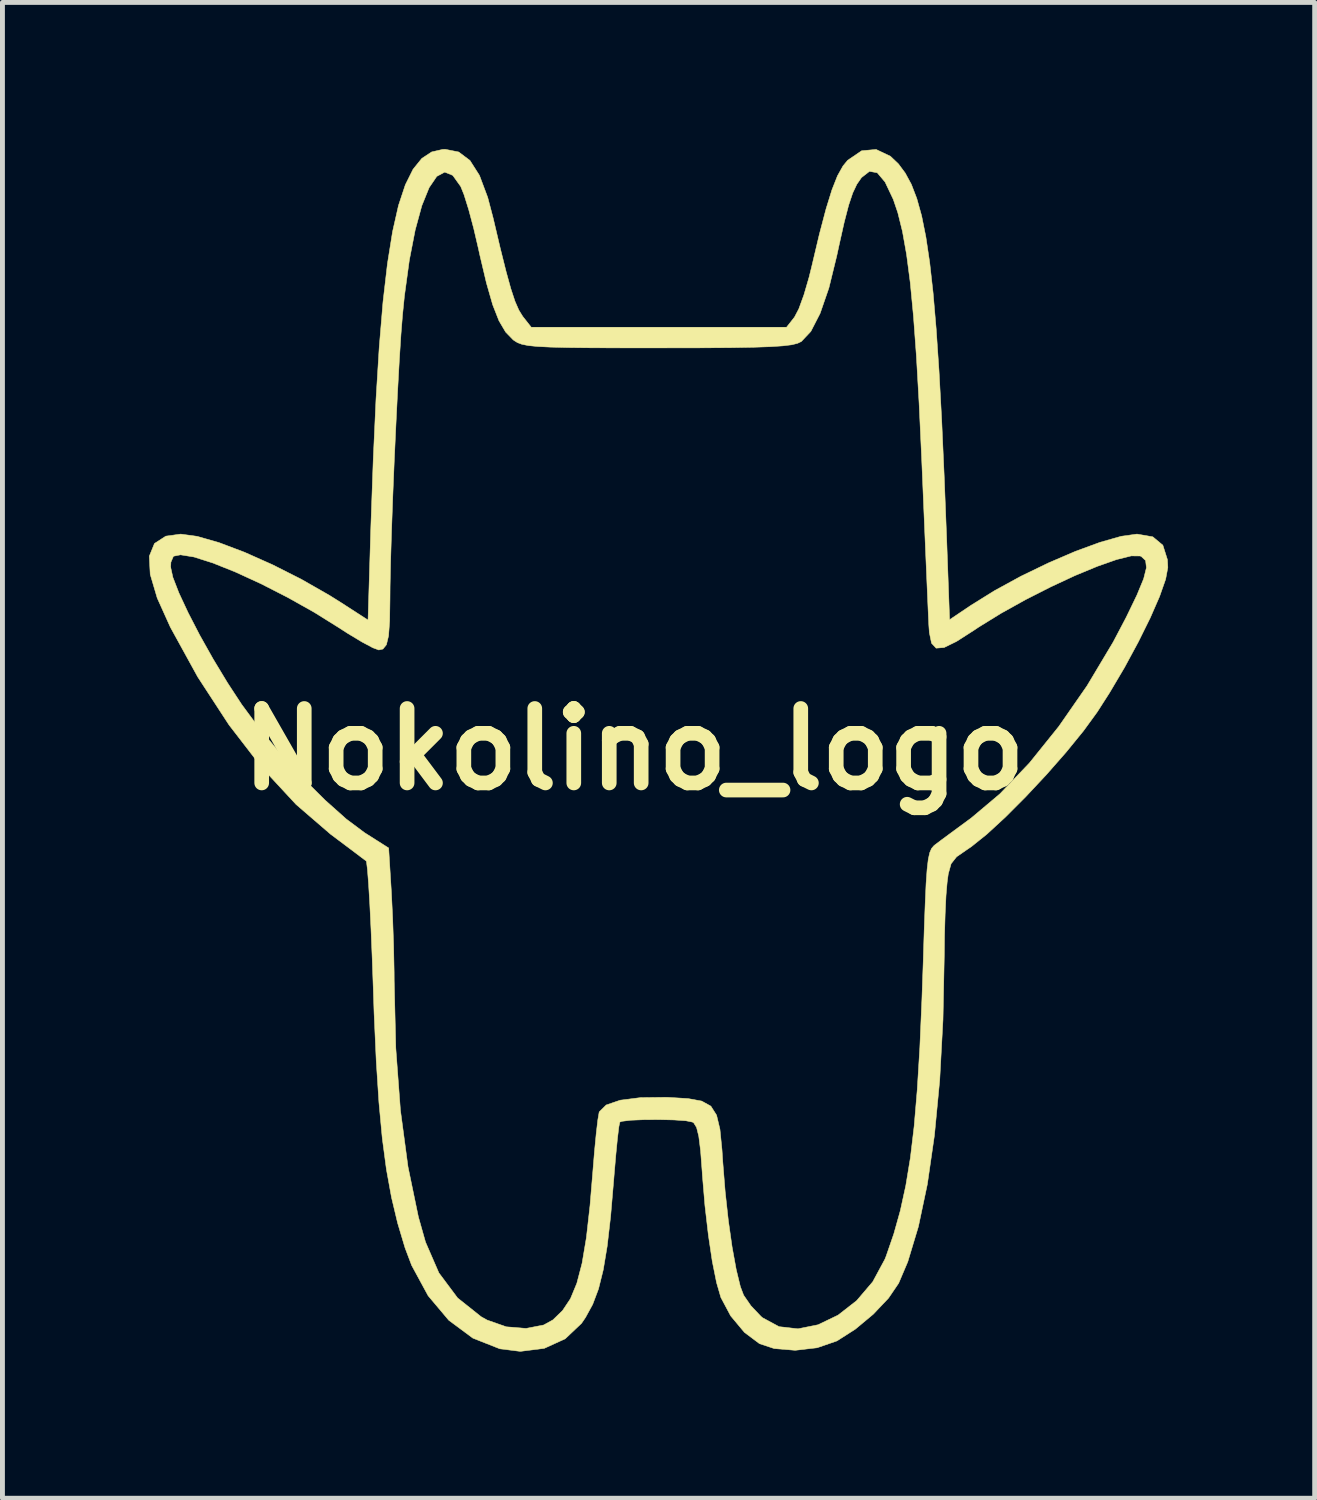
<source format=kicad_pcb>
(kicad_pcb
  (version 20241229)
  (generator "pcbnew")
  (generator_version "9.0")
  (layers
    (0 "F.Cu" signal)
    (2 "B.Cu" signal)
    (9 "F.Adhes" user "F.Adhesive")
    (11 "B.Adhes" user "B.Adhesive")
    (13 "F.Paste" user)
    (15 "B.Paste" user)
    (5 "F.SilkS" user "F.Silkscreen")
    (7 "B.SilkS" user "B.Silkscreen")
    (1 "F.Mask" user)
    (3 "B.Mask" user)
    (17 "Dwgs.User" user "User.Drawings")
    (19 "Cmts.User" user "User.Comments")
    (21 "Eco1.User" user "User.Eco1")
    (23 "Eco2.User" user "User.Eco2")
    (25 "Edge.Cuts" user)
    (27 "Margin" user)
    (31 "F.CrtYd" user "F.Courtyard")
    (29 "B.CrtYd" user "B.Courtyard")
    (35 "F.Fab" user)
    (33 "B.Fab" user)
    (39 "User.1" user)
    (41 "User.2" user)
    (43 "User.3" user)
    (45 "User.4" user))
  (footprint "Nokolino_logo"
    (layer "F.Cu")
    (at 9.925 12.282)
    (property "Reference" "Nokolino_logo" (at 0 0 0) (layer "F.SilkS") (effects (font (size 1.524 1.524) (thickness 0.3))))
    (attr through_hole)
    (fp_poly (pts (xy -3.589 -12.222) (xy -3.359 -12.049) (xy -3.164 -11.743) (xy -2.995 -11.292) (xy -2.885 -10.874) (xy -2.739 -10.255) (xy -2.62 -9.779) (xy -2.522 -9.424) (xy -2.437 -9.167) (xy -2.358 -8.986) (xy -2.279 -8.858) (xy -2.267 -8.843) (xy -2.104 -8.636) (xy 0.508 -8.636) (xy 3.12 -8.636) (xy 3.282 -8.842) (xy 3.371 -9.012) (xy 3.476 -9.3) (xy 3.581 -9.66) (xy 3.635 -9.879) (xy 3.792 -10.541) (xy 3.928 -11.057) (xy 4.049 -11.448) (xy 4.162 -11.734) (xy 4.275 -11.936) (xy 4.37 -12.052) (xy 4.657 -12.247) (xy 4.952 -12.274) (xy 5.245 -12.135) (xy 5.408 -11.98) (xy 5.548 -11.792) (xy 5.674 -11.56) (xy 5.785 -11.271) (xy 5.884 -10.916) (xy 5.971 -10.483) (xy 6.049 -9.96) (xy 6.119 -9.336) (xy 6.182 -8.6) (xy 6.24 -7.741) (xy 6.294 -6.746) (xy 6.345 -5.606) (xy 6.396 -4.308) (xy 6.399 -4.225) (xy 6.456 -2.651) (xy 6.89 -2.943) (xy 7.375 -3.245) (xy 7.915 -3.54) (xy 8.477 -3.812) (xy 9.028 -4.049) (xy 9.535 -4.235) (xy 9.967 -4.358) (xy 10.29 -4.403) (xy 10.292 -4.403) (xy 10.615 -4.347) (xy 10.82 -4.176) (xy 10.914 -3.879) (xy 10.922 -3.719) (xy 10.877 -3.479) (xy 10.753 -3.126) (xy 10.562 -2.689) (xy 10.318 -2.196) (xy 10.037 -1.676) (xy 9.73 -1.157) (xy 9.477 -0.762) (xy 9.196 -0.376) (xy 8.84 0.061) (xy 8.437 0.52) (xy 8.014 0.972) (xy 7.599 1.388) (xy 7.22 1.737) (xy 6.904 1.991) (xy 6.807 2.057) (xy 6.6 2.2) (xy 6.487 2.343) (xy 6.429 2.551) (xy 6.406 2.724) (xy 6.383 2.994) (xy 6.365 3.378) (xy 6.352 3.822) (xy 6.348 4.191) (xy 6.321 5.534) (xy 6.254 6.774) (xy 6.146 7.9) (xy 6.001 8.901) (xy 5.818 9.767) (xy 5.601 10.486) (xy 5.414 10.926) (xy 5.206 11.232) (xy 4.894 11.561) (xy 4.528 11.866) (xy 4.159 12.102) (xy 4.143 12.11) (xy 3.745 12.247) (xy 3.298 12.299) (xy 2.867 12.263) (xy 2.566 12.163) (xy 2.258 11.932) (xy 1.976 11.594) (xy 1.776 11.218) (xy 1.688 10.915) (xy 1.6 10.478) (xy 1.52 9.941) (xy 1.45 9.339) (xy 1.397 8.708) (xy 1.394 8.654) (xy 1.361 8.216) (xy 1.324 7.92) (xy 1.279 7.739) (xy 1.221 7.646) (xy 1.195 7.629) (xy 1.061 7.602) (xy 0.817 7.585) (xy 0.514 7.578) (xy 0.202 7.58) (xy -0.069 7.591) (xy -0.249 7.613) (xy -0.291 7.629) (xy -0.311 7.723) (xy -0.339 7.953) (xy -0.372 8.288) (xy -0.407 8.695) (xy -0.416 8.807) (xy -0.48 9.56) (xy -0.55 10.167) (xy -0.631 10.653) (xy -0.728 11.043) (xy -0.847 11.359) (xy -0.993 11.626) (xy -1.076 11.748) (xy -1.41 12.064) (xy -1.838 12.259) (xy -2.328 12.321) (xy -2.748 12.268) (xy -3.299 12.05) (xy -3.792 11.684) (xy -4.214 11.183) (xy -4.551 10.562) (xy -4.687 10.202) (xy -4.838 9.697) (xy -4.964 9.169) (xy -5.068 8.597) (xy -5.153 7.957) (xy -5.221 7.227) (xy -5.276 6.383) (xy -5.32 5.403) (xy -5.336 4.915) (xy -5.359 4.271) (xy -5.383 3.682) (xy -5.408 3.17) (xy -5.433 2.756) (xy -5.456 2.461) (xy -5.475 2.305) (xy -5.482 2.286) (xy -5.574 2.217) (xy -5.768 2.07) (xy -6.032 1.872) (xy -6.212 1.737) (xy -6.915 1.131) (xy -7.613 0.378) (xy -8.29 -0.5) (xy -8.929 -1.48) (xy -9.489 -2.498) (xy -9.758 -3.095) (xy -9.901 -3.579) (xy -9.909 -3.725) (xy -9.483 -3.725) (xy -9.438 -3.519) (xy -9.314 -3.199) (xy -9.126 -2.796) (xy -8.888 -2.335) (xy -8.614 -1.847) (xy -8.319 -1.359) (xy -8.031 -0.919) (xy -7.672 -0.433) (xy -7.246 0.078) (xy -6.786 0.58) (xy -6.323 1.041) (xy -5.889 1.428) (xy -5.514 1.708) (xy -5.495 1.72) (xy -5.022 2.02) (xy -4.966 2.928) (xy -4.941 3.44) (xy -4.921 4.017) (xy -4.91 4.562) (xy -4.909 4.733) (xy -4.876 6.112) (xy -4.781 7.388) (xy -4.626 8.545) (xy -4.414 9.568) (xy -4.268 10.084) (xy -3.994 10.715) (xy -3.611 11.228) (xy -3.129 11.612) (xy -3.007 11.68) (xy -2.614 11.818) (xy -2.21 11.851) (xy -1.85 11.781) (xy -1.66 11.676) (xy -1.464 11.486) (xy -1.302 11.243) (xy -1.171 10.926) (xy -1.064 10.517) (xy -0.976 9.994) (xy -0.902 9.339) (xy -0.846 8.666) (xy -0.811 8.239) (xy -0.775 7.866) (xy -0.742 7.584) (xy -0.715 7.428) (xy -0.711 7.418) (xy -0.571 7.279) (xy -0.284 7.181) (xy 0.133 7.128) (xy 0.662 7.122) (xy 0.713 7.124) (xy 1.105 7.148) (xy 1.384 7.199) (xy 1.571 7.303) (xy 1.688 7.487) (xy 1.757 7.776) (xy 1.799 8.197) (xy 1.815 8.442) (xy 1.864 9.052) (xy 1.929 9.644) (xy 2.006 10.186) (xy 2.09 10.647) (xy 2.175 10.996) (xy 2.242 11.172) (xy 2.391 11.388) (xy 2.597 11.605) (xy 2.628 11.632) (xy 2.967 11.815) (xy 3.354 11.859) (xy 3.765 11.776) (xy 4.174 11.579) (xy 4.555 11.282) (xy 4.884 10.896) (xy 5.133 10.434) (xy 5.158 10.371) (xy 5.315 9.915) (xy 5.448 9.441) (xy 5.56 8.929) (xy 5.654 8.359) (xy 5.731 7.713) (xy 5.794 6.969) (xy 5.847 6.108) (xy 5.89 5.111) (xy 5.916 4.367) (xy 5.937 3.685) (xy 5.957 3.152) (xy 5.975 2.749) (xy 5.996 2.455) (xy 6.02 2.25) (xy 6.05 2.116) (xy 6.087 2.03) (xy 6.134 1.975) (xy 6.159 1.954) (xy 6.309 1.841) (xy 6.549 1.664) (xy 6.833 1.455) (xy 6.895 1.41) (xy 7.484 0.914) (xy 8.09 0.28) (xy 8.691 -0.467) (xy 9.269 -1.299) (xy 9.802 -2.191) (xy 10.07 -2.7) (xy 10.29 -3.156) (xy 10.427 -3.488) (xy 10.484 -3.716) (xy 10.467 -3.862) (xy 10.38 -3.944) (xy 10.356 -3.955) (xy 10.174 -3.957) (xy 9.873 -3.882) (xy 9.481 -3.744) (xy 9.022 -3.554) (xy 8.524 -3.322) (xy 8.012 -3.062) (xy 7.514 -2.785) (xy 7.055 -2.502) (xy 6.961 -2.439) (xy 6.597 -2.206) (xy 6.344 -2.082) (xy 6.181 -2.069) (xy 6.087 -2.17) (xy 6.042 -2.388) (xy 6.031 -2.541) (xy 6.022 -2.735) (xy 6.007 -3.075) (xy 5.987 -3.538) (xy 5.963 -4.099) (xy 5.936 -4.737) (xy 5.907 -5.427) (xy 5.884 -5.969) (xy 5.832 -7.085) (xy 5.777 -8.045) (xy 5.717 -8.862) (xy 5.651 -9.551) (xy 5.576 -10.124) (xy 5.492 -10.596) (xy 5.397 -10.979) (xy 5.304 -11.253) (xy 5.136 -11.607) (xy 4.976 -11.797) (xy 4.817 -11.826) (xy 4.654 -11.699) (xy 4.653 -11.698) (xy 4.558 -11.561) (xy 4.474 -11.383) (xy 4.391 -11.135) (xy 4.301 -10.789) (xy 4.195 -10.316) (xy 4.147 -10.095) (xy 3.986 -9.438) (xy 3.807 -8.92) (xy 3.617 -8.55) (xy 3.423 -8.344) (xy 3.346 -8.307) (xy 3.227 -8.277) (xy 3.048 -8.255) (xy 2.792 -8.238) (xy 2.441 -8.226) (xy 1.978 -8.218) (xy 1.383 -8.214) (xy 0.641 -8.213) (xy 0.48 -8.213) (xy -0.276 -8.213) (xy -0.881 -8.215) (xy -1.354 -8.22) (xy -1.714 -8.229) (xy -1.978 -8.242) (xy -2.166 -8.261) (xy -2.295 -8.287) (xy -2.386 -8.321) (xy -2.455 -8.364) (xy -2.476 -8.38) (xy -2.629 -8.538) (xy -2.765 -8.769) (xy -2.893 -9.095) (xy -3.021 -9.541) (xy -3.16 -10.128) (xy -3.183 -10.235) (xy -3.281 -10.655) (xy -3.384 -11.042) (xy -3.48 -11.349) (xy -3.547 -11.515) (xy -3.71 -11.743) (xy -3.874 -11.81) (xy -4.037 -11.723) (xy -4.194 -11.492) (xy -4.343 -11.124) (xy -4.479 -10.626) (xy -4.599 -10.008) (xy -4.699 -9.277) (xy -4.738 -8.89) (xy -4.77 -8.491) (xy -4.804 -7.957) (xy -4.839 -7.323) (xy -4.874 -6.622) (xy -4.908 -5.89) (xy -4.938 -5.161) (xy -4.963 -4.469) (xy -4.982 -3.849) (xy -4.993 -3.335) (xy -4.995 -3.068) (xy -5.002 -2.623) (xy -5.024 -2.322) (xy -5.068 -2.139) (xy -5.139 -2.051) (xy -5.224 -2.032) (xy -5.346 -2.077) (xy -5.569 -2.196) (xy -5.858 -2.37) (xy -6.041 -2.488) (xy -6.544 -2.802) (xy -7.084 -3.105) (xy -7.629 -3.384) (xy -8.151 -3.624) (xy -8.62 -3.812) (xy -9.007 -3.935) (xy -9.281 -3.979) (xy -9.281 -3.979) (xy -9.426 -3.95) (xy -9.478 -3.828) (xy -9.483 -3.725) (xy -9.909 -3.725) (xy -9.92 -3.951) (xy -9.814 -4.211) (xy -9.582 -4.361) (xy -9.277 -4.403) (xy -8.94 -4.357) (xy -8.494 -4.229) (xy -7.97 -4.031) (xy -7.398 -3.776) (xy -6.81 -3.479) (xy -6.236 -3.151) (xy -6.003 -3.005) (xy -5.444 -2.644) (xy -5.386 -4.561) (xy -5.337 -5.942) (xy -5.281 -7.162) (xy -5.215 -8.229) (xy -5.138 -9.151) (xy -5.047 -9.936) (xy -4.942 -10.592) (xy -4.821 -11.127) (xy -4.681 -11.55) (xy -4.523 -11.868) (xy -4.344 -12.09) (xy -4.142 -12.223) (xy -3.916 -12.275) (xy -3.865 -12.277) (xy -3.589 -12.222)) (stroke (width 0.01) (type solid)) (fill yes) (layer "F.SilkS")))
  (gr_rect
    (start -3 -3)
    (end 23.852 27.608)
    (stroke (width 0.1) (type default))
    (fill no)
    (layer "Edge.Cuts")))
</source>
